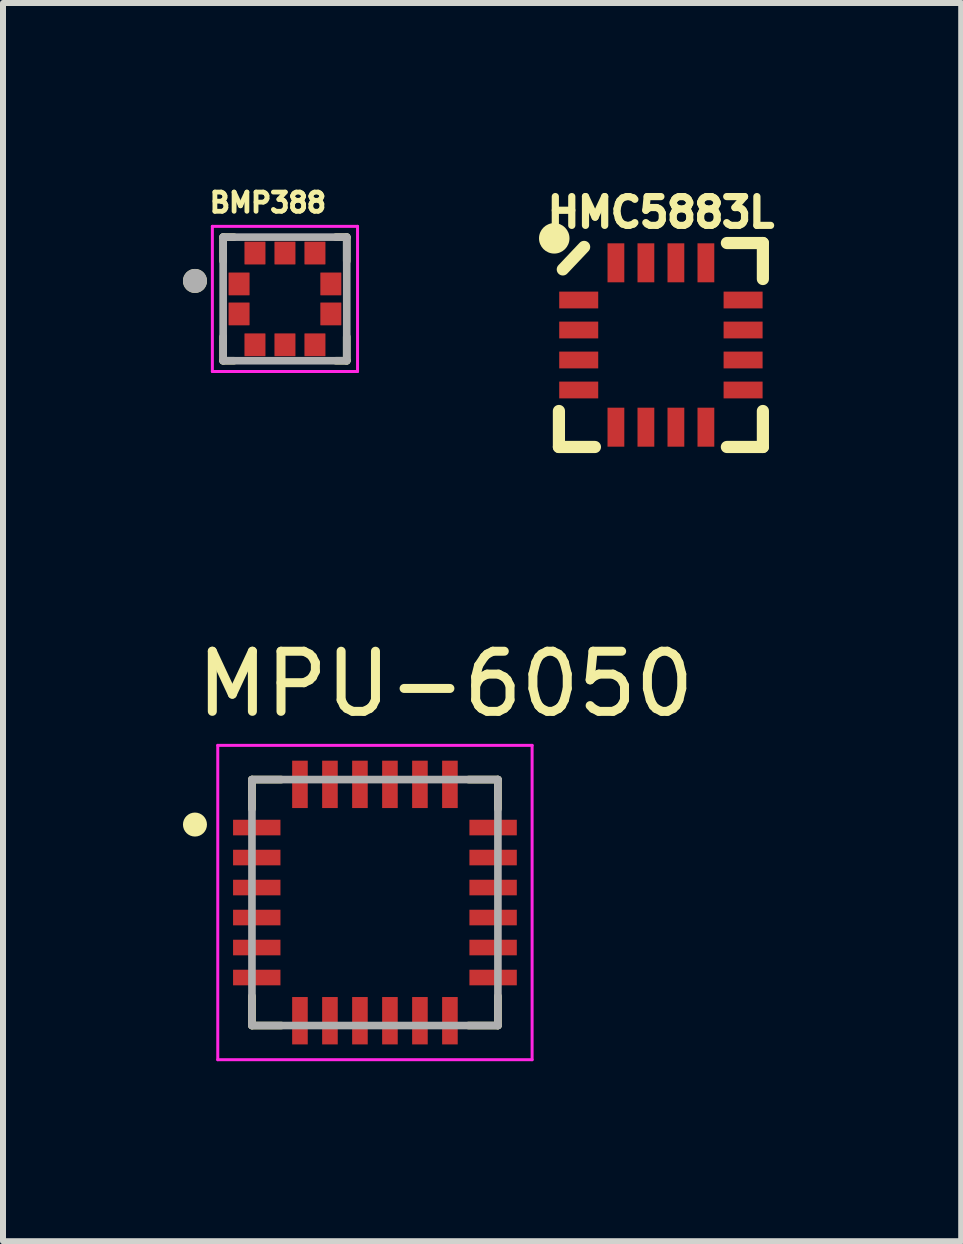
<source format=kicad_pcb>
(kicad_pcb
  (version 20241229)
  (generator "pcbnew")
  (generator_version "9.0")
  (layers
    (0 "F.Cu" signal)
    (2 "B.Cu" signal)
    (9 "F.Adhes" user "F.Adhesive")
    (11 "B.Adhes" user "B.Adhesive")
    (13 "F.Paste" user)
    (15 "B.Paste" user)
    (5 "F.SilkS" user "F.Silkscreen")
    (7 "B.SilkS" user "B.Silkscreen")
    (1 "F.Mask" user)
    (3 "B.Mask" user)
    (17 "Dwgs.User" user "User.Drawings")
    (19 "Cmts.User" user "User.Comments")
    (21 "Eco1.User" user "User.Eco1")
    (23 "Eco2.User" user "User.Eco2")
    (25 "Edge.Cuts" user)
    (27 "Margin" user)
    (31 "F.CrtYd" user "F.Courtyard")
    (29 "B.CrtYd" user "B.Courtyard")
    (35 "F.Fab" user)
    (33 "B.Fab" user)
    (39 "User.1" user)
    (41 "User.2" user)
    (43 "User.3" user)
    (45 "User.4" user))
  (footprint "MPU-6050"
    (layer "F.Cu")
    (at 3.2 11.995)
    (property "Reference" "MPU-6050" (at 1.178 -3.643 0) (layer "F.SilkS") (effects (font (size 1.002 1.002) (thickness 0.15))))
    (attr smd)
    (fp_line (start -2.05 -1.56) (end -2.05 -2.05) (stroke (width 0.127) (type solid)) (layer "F.SilkS"))
    (fp_line (start -2.05 2.05) (end -2.05 1.56) (stroke (width 0.127) (type solid)) (layer "F.SilkS"))
    (fp_line (start -1.56 -2.05) (end -2.05 -2.05) (stroke (width 0.127) (type solid)) (layer "F.SilkS"))
    (fp_line (start -1.56 2.05) (end -2.05 2.05) (stroke (width 0.127) (type solid)) (layer "F.SilkS"))
    (fp_line (start 1.56 -2.05) (end 2.05 -2.05) (stroke (width 0.127) (type solid)) (layer "F.SilkS"))
    (fp_line (start 2.05 -2.05) (end 2.05 -1.56) (stroke (width 0.127) (type solid)) (layer "F.SilkS"))
    (fp_line (start 2.05 1.56) (end 2.05 2.05) (stroke (width 0.127) (type solid)) (layer "F.SilkS"))
    (fp_line (start 2.05 2.05) (end 1.56 2.05) (stroke (width 0.127) (type solid)) (layer "F.SilkS"))
    (fp_circle (center -3 -1.3) (end -2.9 -1.3) (stroke (width 0.2) (type solid)) (fill no) (layer "F.SilkS"))
    (fp_line (start -2.62 -2.62) (end 2.62 -2.62) (stroke (width 0.05) (type solid)) (layer "F.CrtYd"))
    (fp_line (start -2.62 2.62) (end -2.62 -2.62) (stroke (width 0.05) (type solid)) (layer "F.CrtYd"))
    (fp_line (start 2.62 -2.62) (end 2.62 2.62) (stroke (width 0.05) (type solid)) (layer "F.CrtYd"))
    (fp_line (start 2.62 2.62) (end -2.62 2.62) (stroke (width 0.05) (type solid)) (layer "F.CrtYd"))
    (fp_line (start -2.05 -2.05) (end -2.05 2.05) (stroke (width 0.127) (type solid)) (layer "F.Fab"))
    (fp_line (start 2.05 -2.05) (end -2.05 -2.05) (stroke (width 0.127) (type solid)) (layer "F.Fab"))
    (fp_line (start 2.05 -2.05) (end 2.05 2.05) (stroke (width 0.127) (type solid)) (layer "F.Fab"))
    (fp_line (start 2.05 2.05) (end -2.05 2.05) (stroke (width 0.127) (type solid)) (layer "F.Fab"))
    (pad "1" smd rect (at -1.97 -1.25) (size 0.79 0.26) (layers "F.Cu" "F.Mask" "F.Paste"))
    (pad "2" smd rect (at -1.97 -0.75) (size 0.79 0.26) (layers "F.Cu" "F.Mask" "F.Paste"))
    (pad "3" smd rect (at -1.97 -0.25) (size 0.79 0.26) (layers "F.Cu" "F.Mask" "F.Paste"))
    (pad "4" smd rect (at -1.97 0.25) (size 0.79 0.26) (layers "F.Cu" "F.Mask" "F.Paste"))
    (pad "5" smd rect (at -1.97 0.75) (size 0.79 0.26) (layers "F.Cu" "F.Mask" "F.Paste"))
    (pad "6" smd rect (at -1.97 1.25) (size 0.79 0.26) (layers "F.Cu" "F.Mask" "F.Paste"))
    (pad "7" smd rect (at -1.25 1.97 90) (size 0.79 0.26) (layers "F.Cu" "F.Mask" "F.Paste"))
    (pad "8" smd rect (at -0.75 1.97 90) (size 0.79 0.26) (layers "F.Cu" "F.Mask" "F.Paste"))
    (pad "9" smd rect (at -0.25 1.97 90) (size 0.79 0.26) (layers "F.Cu" "F.Mask" "F.Paste"))
    (pad "10" smd rect (at 0.25 1.97 90) (size 0.79 0.26) (layers "F.Cu" "F.Mask" "F.Paste"))
    (pad "11" smd rect (at 0.75 1.97 90) (size 0.79 0.26) (layers "F.Cu" "F.Mask" "F.Paste"))
    (pad "12" smd rect (at 1.25 1.97 90) (size 0.79 0.26) (layers "F.Cu" "F.Mask" "F.Paste"))
    (pad "13" smd rect (at 1.97 1.25 180) (size 0.79 0.26) (layers "F.Cu" "F.Mask" "F.Paste"))
    (pad "14" smd rect (at 1.97 0.75 180) (size 0.79 0.26) (layers "F.Cu" "F.Mask" "F.Paste"))
    (pad "15" smd rect (at 1.97 0.25 180) (size 0.79 0.26) (layers "F.Cu" "F.Mask" "F.Paste"))
    (pad "16" smd rect (at 1.97 -0.25 180) (size 0.79 0.26) (layers "F.Cu" "F.Mask" "F.Paste"))
    (pad "17" smd rect (at 1.97 -0.75 180) (size 0.79 0.26) (layers "F.Cu" "F.Mask" "F.Paste"))
    (pad "18" smd rect (at 1.97 -1.25 180) (size 0.79 0.26) (layers "F.Cu" "F.Mask" "F.Paste"))
    (pad "19" smd rect (at 1.25 -1.97 270) (size 0.79 0.26) (layers "F.Cu" "F.Mask" "F.Paste"))
    (pad "20" smd rect (at 0.75 -1.97 270) (size 0.79 0.26) (layers "F.Cu" "F.Mask" "F.Paste"))
    (pad "21" smd rect (at 0.25 -1.97 270) (size 0.79 0.26) (layers "F.Cu" "F.Mask" "F.Paste"))
    (pad "22" smd rect (at -0.25 -1.97 270) (size 0.79 0.26) (layers "F.Cu" "F.Mask" "F.Paste"))
    (pad "23" smd rect (at -0.75 -1.97 270) (size 0.79 0.26) (layers "F.Cu" "F.Mask" "F.Paste"))
    (pad "24" smd rect (at -1.25 -1.97 270) (size 0.79 0.26) (layers "F.Cu" "F.Mask" "F.Paste")))
  (footprint "BMP388"
    (layer "F.Cu")
    (at 1.7 1.933)
    (property "Reference" "BMP388" (at -0.284 -1.605 0) (layer "F.SilkS") (effects (font (size 0.32 0.32) (thickness 0.08))))
    (attr smd)
    (fp_line (start -1.03 -1.03) (end -0.85 -1.03) (stroke (width 0.127) (type solid)) (layer "F.SilkS"))
    (fp_line (start -1.03 -0.63) (end -1.03 -1.03) (stroke (width 0.127) (type solid)) (layer "F.SilkS"))
    (fp_line (start -1.03 1.03) (end -1.03 0.63) (stroke (width 0.127) (type solid)) (layer "F.SilkS"))
    (fp_line (start -0.85 1.03) (end -1.03 1.03) (stroke (width 0.127) (type solid)) (layer "F.SilkS"))
    (fp_line (start 0.85 -1.03) (end 1.03 -1.03) (stroke (width 0.127) (type solid)) (layer "F.SilkS"))
    (fp_line (start 0.85 1.03) (end 1.03 1.03) (stroke (width 0.127) (type solid)) (layer "F.SilkS"))
    (fp_line (start 1.03 -1.03) (end 1.03 -0.63) (stroke (width 0.127) (type solid)) (layer "F.SilkS"))
    (fp_line (start 1.03 1.03) (end 1.03 0.63) (stroke (width 0.127) (type solid)) (layer "F.SilkS"))
    (fp_circle (center -1.5 -0.3) (end -1.4 -0.3) (stroke (width 0.2) (type solid)) (fill no) (layer "F.SilkS"))
    (fp_line (start -1.21 -1.21) (end 1.21 -1.21) (stroke (width 0.05) (type solid)) (layer "F.CrtYd"))
    (fp_line (start -1.21 1.21) (end -1.21 -1.21) (stroke (width 0.05) (type solid)) (layer "F.CrtYd"))
    (fp_line (start 1.21 -1.21) (end 1.21 1.21) (stroke (width 0.05) (type solid)) (layer "F.CrtYd"))
    (fp_line (start 1.21 1.21) (end -1.21 1.21) (stroke (width 0.05) (type solid)) (layer "F.CrtYd"))
    (fp_line (start -1.03 -1.03) (end 1.03 -1.03) (stroke (width 0.127) (type solid)) (layer "F.Fab"))
    (fp_line (start -1.03 1.03) (end -1.03 -1.03) (stroke (width 0.127) (type solid)) (layer "F.Fab"))
    (fp_line (start 1.03 -1.03) (end 1.03 1.03) (stroke (width 0.127) (type solid)) (layer "F.Fab"))
    (fp_line (start 1.03 1.03) (end -1.03 1.03) (stroke (width 0.127) (type solid)) (layer "F.Fab"))
    (fp_circle (center -1.5 -0.3) (end -1.4 -0.3) (stroke (width 0.2) (type solid)) (fill no) (layer "F.Fab"))
    (pad "1" smd roundrect (at -0.765 -0.25 90) (size 0.38 0.35) (layers "F.Cu" "F.Mask" "F.Paste") (roundrect_rratio 0.02))
    (pad "2" smd roundrect (at -0.765 0.25 90) (size 0.38 0.35) (layers "F.Cu" "F.Mask" "F.Paste") (roundrect_rratio 0.02))
    (pad "3" smd roundrect (at -0.5 0.765 90) (size 0.38 0.35) (layers "F.Cu" "F.Mask" "F.Paste") (roundrect_rratio 0.02))
    (pad "4" smd roundrect (at 0 0.765 90) (size 0.38 0.35) (layers "F.Cu" "F.Mask" "F.Paste") (roundrect_rratio 0.02))
    (pad "5" smd roundrect (at 0.5 0.765 90) (size 0.38 0.35) (layers "F.Cu" "F.Mask" "F.Paste") (roundrect_rratio 0.02))
    (pad "6" smd roundrect (at 0.765 0.25 90) (size 0.38 0.35) (layers "F.Cu" "F.Mask" "F.Paste") (roundrect_rratio 0.02))
    (pad "7" smd roundrect (at 0.765 -0.25 90) (size 0.38 0.35) (layers "F.Cu" "F.Mask" "F.Paste") (roundrect_rratio 0.02))
    (pad "8" smd roundrect (at 0.5 -0.765 90) (size 0.38 0.35) (layers "F.Cu" "F.Mask" "F.Paste") (roundrect_rratio 0.02))
    (pad "9" smd roundrect (at 0 -0.765 90) (size 0.38 0.35) (layers "F.Cu" "F.Mask" "F.Paste") (roundrect_rratio 0.02))
    (pad "10" smd roundrect (at -0.5 -0.765 90) (size 0.38 0.35) (layers "F.Cu" "F.Mask" "F.Paste") (roundrect_rratio 0.02)))
  (footprint "HMC5883L"
    (layer "F.Cu")
    (at 7.967 2.701)
    (property "Reference" "HMC5883L" (at 0 -2.21 0) (layer "F.SilkS") (effects (font (size 0.48 0.48) (thickness 0.12))))
    (attr smd)
    (fp_line (start -1.7 1.7) (end -1.7 1.1) (stroke (width 0.203) (type solid)) (layer "F.SilkS"))
    (fp_line (start -1.7 1.7) (end -1.1 1.7) (stroke (width 0.203) (type solid)) (layer "F.SilkS"))
    (fp_line (start -1.28 -1.635) (end -1.635 -1.26) (stroke (width 0.203) (type solid)) (layer "F.SilkS"))
    (fp_line (start 1.1 1.7) (end 1.7 1.7) (stroke (width 0.203) (type solid)) (layer "F.SilkS"))
    (fp_line (start 1.7 -1.7) (end 1.1 -1.7) (stroke (width 0.203) (type solid)) (layer "F.SilkS"))
    (fp_line (start 1.7 -1.1) (end 1.7 -1.7) (stroke (width 0.203) (type solid)) (layer "F.SilkS"))
    (fp_line (start 1.7 1.7) (end 1.7 1.1) (stroke (width 0.203) (type solid)) (layer "F.SilkS"))
    (fp_circle (center -1.778 -1.778) (end -1.524 -1.778) (stroke (width 0) (type solid)) (fill yes) (layer "F.SilkS"))
    (pad "1" smd rect (at -1.37 -0.75) (size 0.65 0.28) (layers "F.Cu" "F.Mask" "F.Paste"))
    (pad "2" smd rect (at -1.37 -0.25) (size 0.65 0.28) (layers "F.Cu" "F.Mask" "F.Paste"))
    (pad "3" smd rect (at -1.37 0.25) (size 0.65 0.28) (layers "F.Cu" "F.Mask" "F.Paste"))
    (pad "4" smd rect (at -1.37 0.75) (size 0.65 0.28) (layers "F.Cu" "F.Mask" "F.Paste"))
    (pad "5" smd rect (at -0.75 1.37 270) (size 0.65 0.28) (layers "F.Cu" "F.Mask" "F.Paste"))
    (pad "6" smd rect (at -0.25 1.37 90) (size 0.65 0.28) (layers "F.Cu" "F.Mask" "F.Paste"))
    (pad "7" smd rect (at 0.25 1.37 90) (size 0.65 0.28) (layers "F.Cu" "F.Mask" "F.Paste"))
    (pad "8" smd rect (at 0.75 1.37 90) (size 0.65 0.28) (layers "F.Cu" "F.Mask" "F.Paste"))
    (pad "9" smd rect (at 1.37 0.75) (size 0.65 0.28) (layers "F.Cu" "F.Mask" "F.Paste"))
    (pad "10" smd rect (at 1.37 0.25) (size 0.65 0.28) (layers "F.Cu" "F.Mask" "F.Paste"))
    (pad "11" smd rect (at 1.37 -0.25) (size 0.65 0.28) (layers "F.Cu" "F.Mask" "F.Paste"))
    (pad "12" smd rect (at 1.37 -0.75) (size 0.65 0.28) (layers "F.Cu" "F.Mask" "F.Paste"))
    (pad "13" smd rect (at 0.75 -1.37 90) (size 0.65 0.28) (layers "F.Cu" "F.Mask" "F.Paste"))
    (pad "14" smd rect (at 0.25 -1.37 90) (size 0.65 0.28) (layers "F.Cu" "F.Mask" "F.Paste"))
    (pad "15" smd rect (at -0.25 -1.37 90) (size 0.65 0.28) (layers "F.Cu" "F.Mask" "F.Paste"))
    (pad "16" smd rect (at -0.75 -1.37 90) (size 0.65 0.28) (layers "F.Cu" "F.Mask" "F.Paste")))
  (gr_rect
    (start -3 -3)
    (end 12.973 17.64)
    (stroke (width 0.1) (type default))
    (fill no)
    (layer "Edge.Cuts")))
</source>
